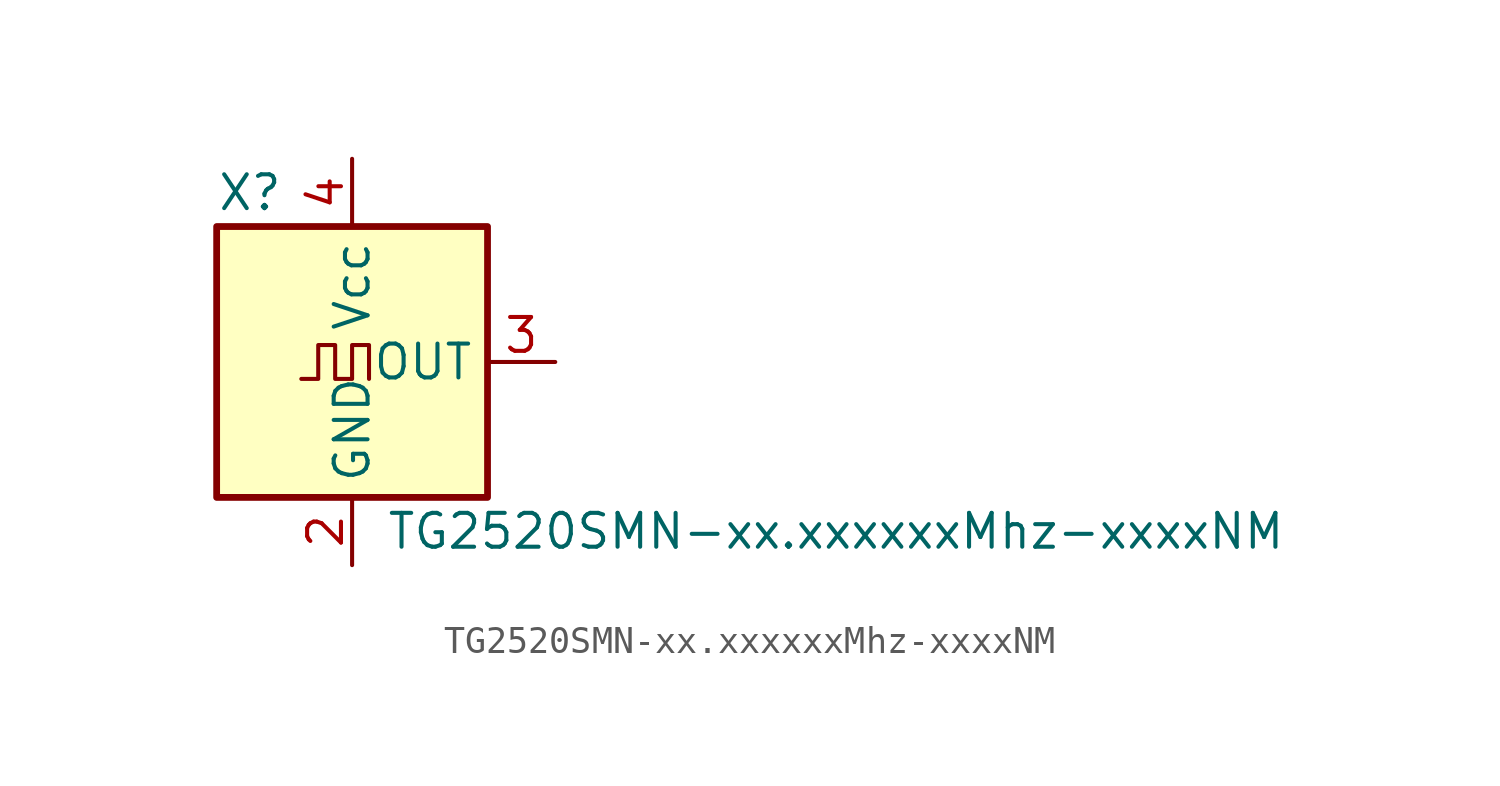
<source format=kicad_sym>
(kicad_symbol_lib
  (version 20220914)
  (generator kicad_symbol_editor)
  (symbol "TG2520SMN-xx.xxxxxxMhz-xxxxNM"
    (property "Reference" "X"
      (at -5.08 6.35 0)
      (effects (font (size 1.27 1.27)) (justify left)))
    (property "Value" "TG2520SMN-xx.xxxxxxMhz-xxxxNM"
      (at 1.27 -6.35 0)
      (effects (font (size 1.27 1.27)) (justify left)))
    (symbol "TG2520SMN-xx.xxxxxxMhz-xxxxNM_0_1"
      (rectangle (start -5.08 5.08) (end 5.08 -5.08) (stroke (width 0.254) (type default)) (fill (type background)))
      (polyline (pts (xy -1.905 -0.635) (xy -1.27 -0.635) (xy -1.27 0.635) (xy -0.635 0.635) (xy -0.635 -0.635) (xy 0 -0.635) (xy 0 0.635) (xy 0.635 0.635) (xy 0.635 -0.635)) (stroke (width 0) (type default)) (fill (type none))))
    (symbol "TG2520SMN-xx.xxxxxxMhz-xxxxNM_1_1"
      (pin no_connect line (at -5.08 0 0) (length 2.54) hide (name "NC" (effects (font (size 1.27 1.27)))) (number "1" (effects (font (size 1.27 1.27)))))
      (pin power_in line (at 0 -7.62 90) (length 2.54) (name "GND" (effects (font (size 1.27 1.27)))) (number "2" (effects (font (size 1.27 1.27)))))
      (pin output line (at 7.62 0 180) (length 2.54) (name "OUT" (effects (font (size 1.27 1.27)))) (number "3" (effects (font (size 1.27 1.27)))))
      (pin power_in line (at 0 7.62 270) (length 2.54) (name "Vcc" (effects (font (size 1.27 1.27)))) (number "4" (effects (font (size 1.27 1.27))))))))
</source>
